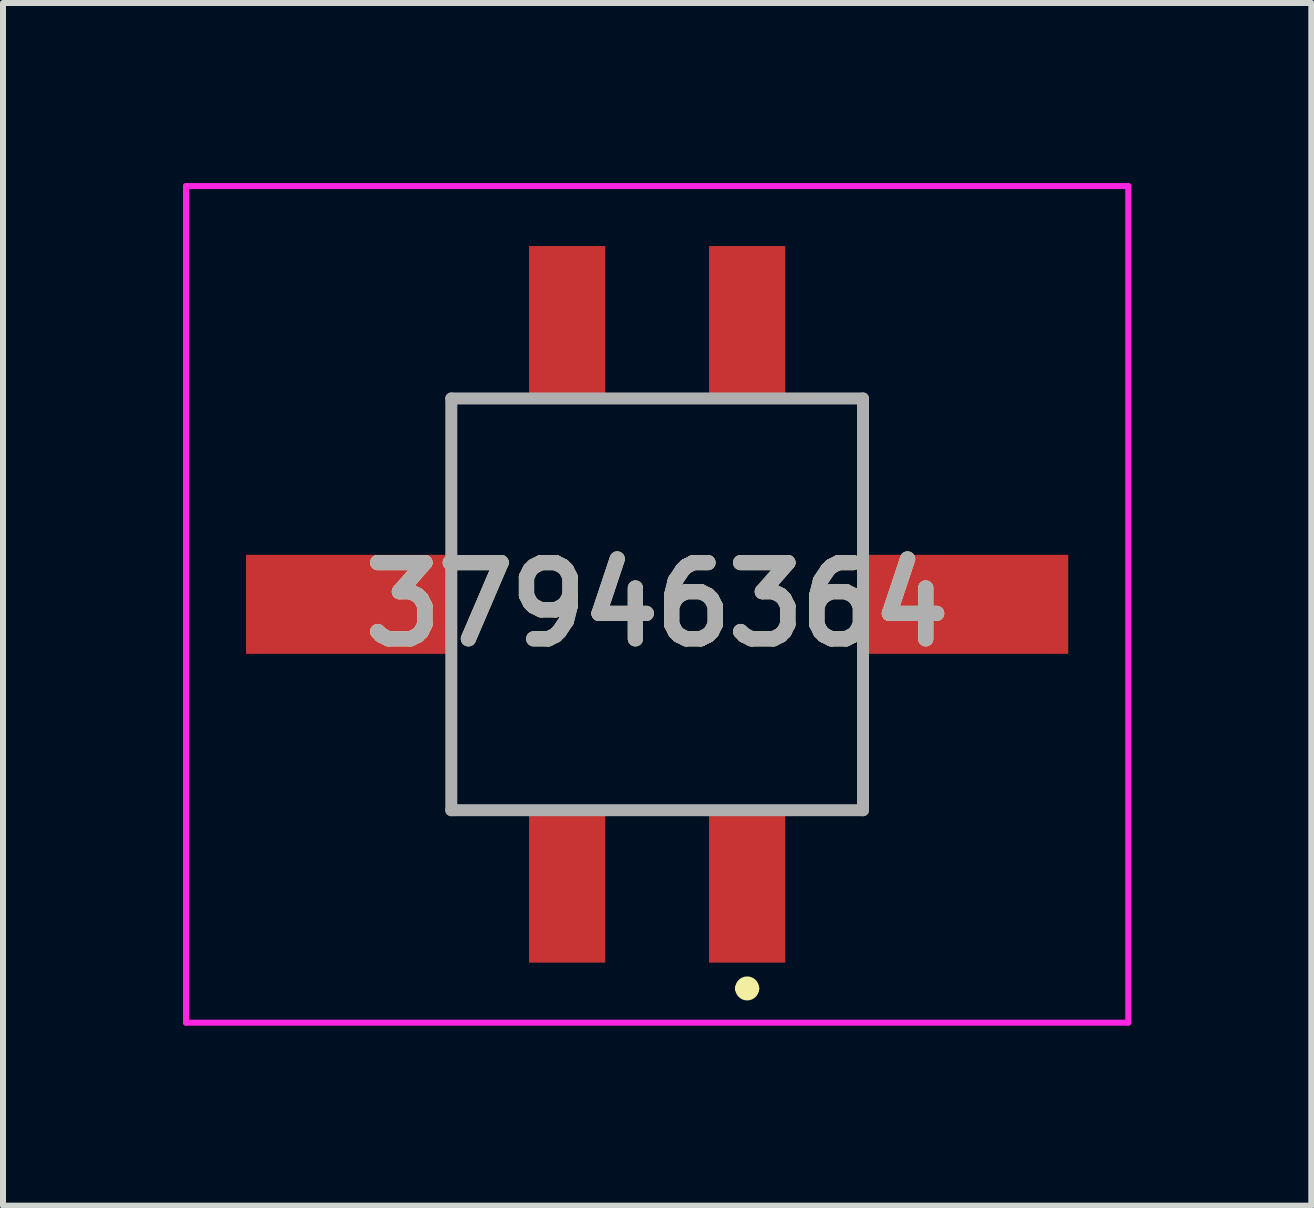
<source format=kicad_pcb>
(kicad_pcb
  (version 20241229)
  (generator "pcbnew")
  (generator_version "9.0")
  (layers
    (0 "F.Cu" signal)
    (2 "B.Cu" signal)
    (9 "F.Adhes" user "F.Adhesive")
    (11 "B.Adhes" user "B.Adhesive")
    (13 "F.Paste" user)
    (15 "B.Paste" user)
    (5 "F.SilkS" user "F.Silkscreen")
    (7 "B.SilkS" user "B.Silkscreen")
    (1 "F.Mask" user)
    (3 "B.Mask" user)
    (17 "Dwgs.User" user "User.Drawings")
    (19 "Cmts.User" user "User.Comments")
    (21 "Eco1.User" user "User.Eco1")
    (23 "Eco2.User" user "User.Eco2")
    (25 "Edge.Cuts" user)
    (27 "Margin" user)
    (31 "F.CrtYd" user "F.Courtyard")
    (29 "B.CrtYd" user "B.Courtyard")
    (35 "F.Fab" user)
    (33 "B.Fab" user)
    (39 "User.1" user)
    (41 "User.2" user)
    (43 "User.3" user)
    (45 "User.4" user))
  (footprint "37946364"
    (layer "F.Cu")
    (at 7.9 7.02)
    (property "Reference" "37946364" (at 0 0 0) (layer "F.SilkS") (effects (font (size 1.27 1.27) (thickness 0.254))))
    (attr smd)
    (fp_line (start -3.43 -3.43) (end -3.43 -1.5) (stroke (width 0.1) (type solid)) (layer "F.SilkS"))
    (fp_line (start -3.43 1.5) (end -3.43 3.43) (stroke (width 0.1) (type solid)) (layer "F.SilkS"))
    (fp_line (start -3.43 3.43) (end -2.5 3.43) (stroke (width 0.1) (type solid)) (layer "F.SilkS"))
    (fp_line (start -2.5 -3.43) (end -3.43 -3.43) (stroke (width 0.1) (type solid)) (layer "F.SilkS"))
    (fp_line (start 1.4 6.4) (end 1.4 6.4) (stroke (width 0.2) (type solid)) (layer "F.SilkS"))
    (fp_line (start 1.6 6.4) (end 1.6 6.4) (stroke (width 0.2) (type solid)) (layer "F.SilkS"))
    (fp_line (start 2.5 -3.43) (end 3.43 -3.43) (stroke (width 0.1) (type solid)) (layer "F.SilkS"))
    (fp_line (start 2.5 3.43) (end 3.43 3.43) (stroke (width 0.1) (type solid)) (layer "F.SilkS"))
    (fp_line (start 3.43 -3.43) (end 3.43 -1.5) (stroke (width 0.1) (type solid)) (layer "F.SilkS"))
    (fp_line (start 3.43 3.43) (end 3.43 1.5) (stroke (width 0.1) (type solid)) (layer "F.SilkS"))
    (fp_arc (start 1.4 6.4) (mid 1.5 6.3) (end 1.6 6.4) (stroke (width 0.2) (type solid)) (layer "F.SilkS"))
    (fp_arc (start 1.6 6.4) (mid 1.5 6.5) (end 1.4 6.4) (stroke (width 0.2) (type solid)) (layer "F.SilkS"))
    (fp_line (start -7.85 -6.97) (end 7.85 -6.97) (stroke (width 0.1) (type solid)) (layer "F.CrtYd"))
    (fp_line (start -7.85 6.97) (end -7.85 -6.97) (stroke (width 0.1) (type solid)) (layer "F.CrtYd"))
    (fp_line (start 7.85 -6.97) (end 7.85 6.97) (stroke (width 0.1) (type solid)) (layer "F.CrtYd"))
    (fp_line (start 7.85 6.97) (end -7.85 6.97) (stroke (width 0.1) (type solid)) (layer "F.CrtYd"))
    (fp_line (start -3.43 -3.43) (end 3.43 -3.43) (stroke (width 0.2) (type solid)) (layer "F.Fab"))
    (fp_line (start -3.43 3.43) (end -3.43 -3.43) (stroke (width 0.2) (type solid)) (layer "F.Fab"))
    (fp_line (start 3.43 -3.43) (end 3.43 3.43) (stroke (width 0.2) (type solid)) (layer "F.Fab"))
    (fp_line (start 3.43 3.43) (end -3.43 3.43) (stroke (width 0.2) (type solid)) (layer "F.Fab"))
    (fp_text user "${REFERENCE}" (at 0 0 0) (layer "F.Fab") (effects (font (size 1.27 1.27) (thickness 0.254))))
    (pad "1" smd rect (at 1.5 4.7) (size 1.27 2.54) (layers "F.Cu" "F.Mask" "F.Paste"))
    (pad "2" smd rect (at 1.5 -4.7) (size 1.27 2.54) (layers "F.Cu" "F.Mask" "F.Paste"))
    (pad "3" smd rect (at -1.5 4.7) (size 1.27 2.54) (layers "F.Cu" "F.Mask" "F.Paste"))
    (pad "4" smd rect (at -1.5 -4.7) (size 1.27 2.54) (layers "F.Cu" "F.Mask" "F.Paste"))
    (pad "5" smd rect (at 5.135 0 90) (size 1.65 3.43) (layers "F.Cu" "F.Mask" "F.Paste"))
    (pad "6" smd rect (at -5.135 0 90) (size 1.65 3.43) (layers "F.Cu" "F.Mask" "F.Paste")))
  (gr_rect
    (start -3 -3)
    (end 18.8 17.04)
    (stroke (width 0.1) (type default))
    (fill no)
    (layer "Edge.Cuts")))
</source>
